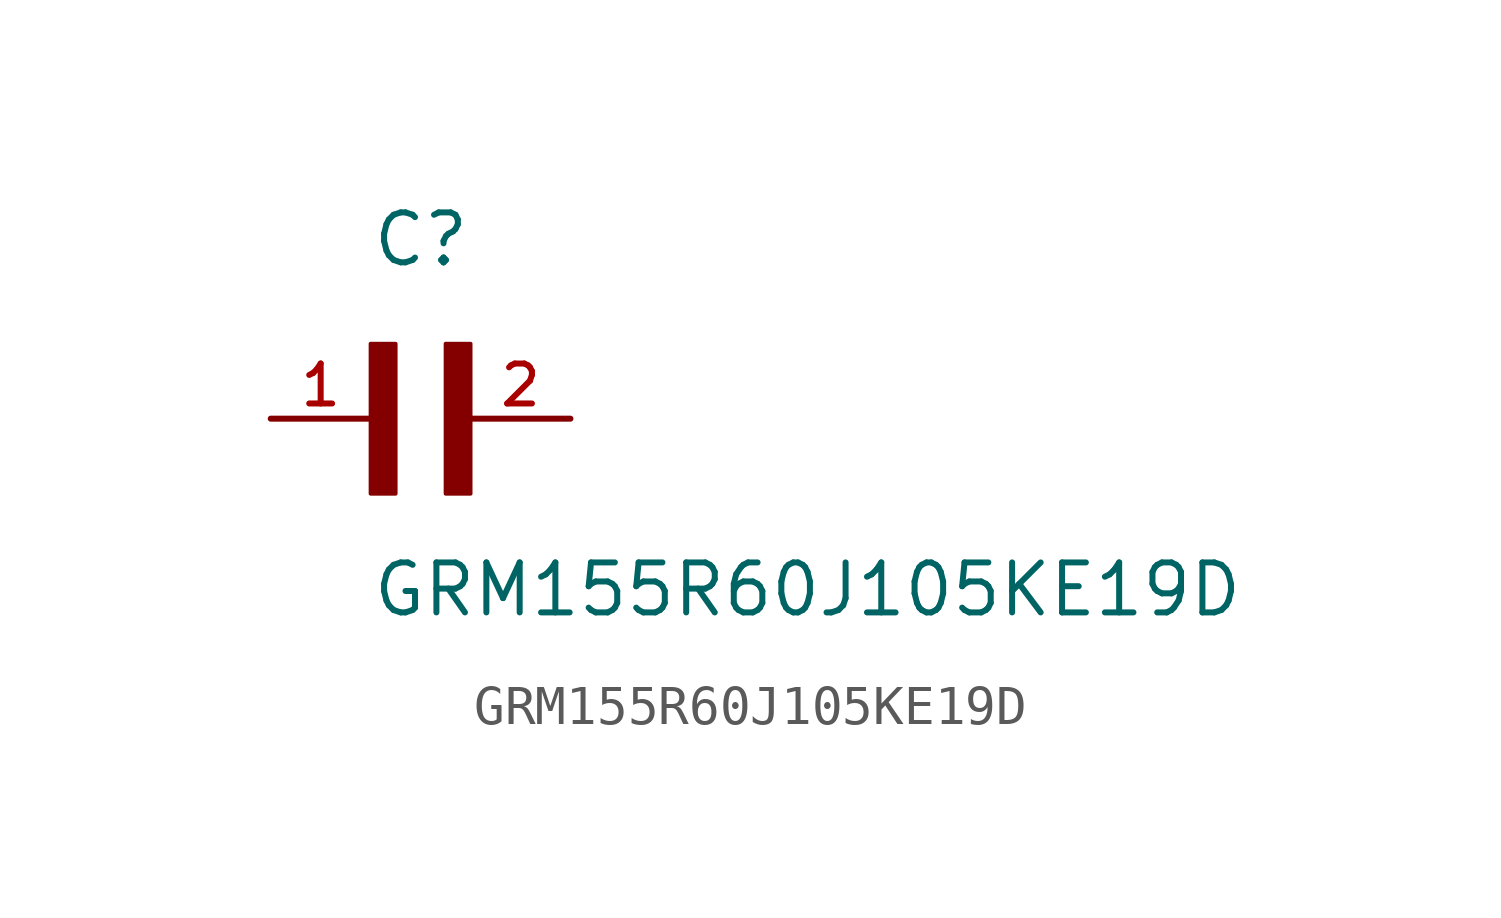
<source format=kicad_sym>
(kicad_symbol_lib
  (version 20211014)
  (generator kicad_symbol_editor)
  (symbol "GRM155R60J105KE19D"
    (pin_names
      (offset 1.016))
    (property "Reference" "C"
      (at 0.0 3.811 0)
      (effects (font (size 1.27 1.27)) (justify bottom left)))
    (property "Value" "GRM155R60J105KE19D"
      (at 0.0 -5.088 0)
      (effects (font (size 1.27 1.27)) (justify bottom left)))
    (symbol "GRM155R60J105KE19D_0_0"
      (rectangle (start 0.0 -1.907) (end 0.635 1.905) (stroke (width 0.1)) (fill (type outline)))
      (rectangle (start 1.907 -1.907) (end 2.54 1.905) (stroke (width 0.1)) (fill (type outline)))
      (pin passive line (at 5.08 0.0 180.0) (length 2.54) (name "~" (effects (font (size 1.016 1.016)))) (number "2" (effects (font (size 1.016 1.016)))))
      (pin passive line (at -2.54 0.0 0) (length 2.54) (name "~" (effects (font (size 1.016 1.016)))) (number "1" (effects (font (size 1.016 1.016))))))))
</source>
